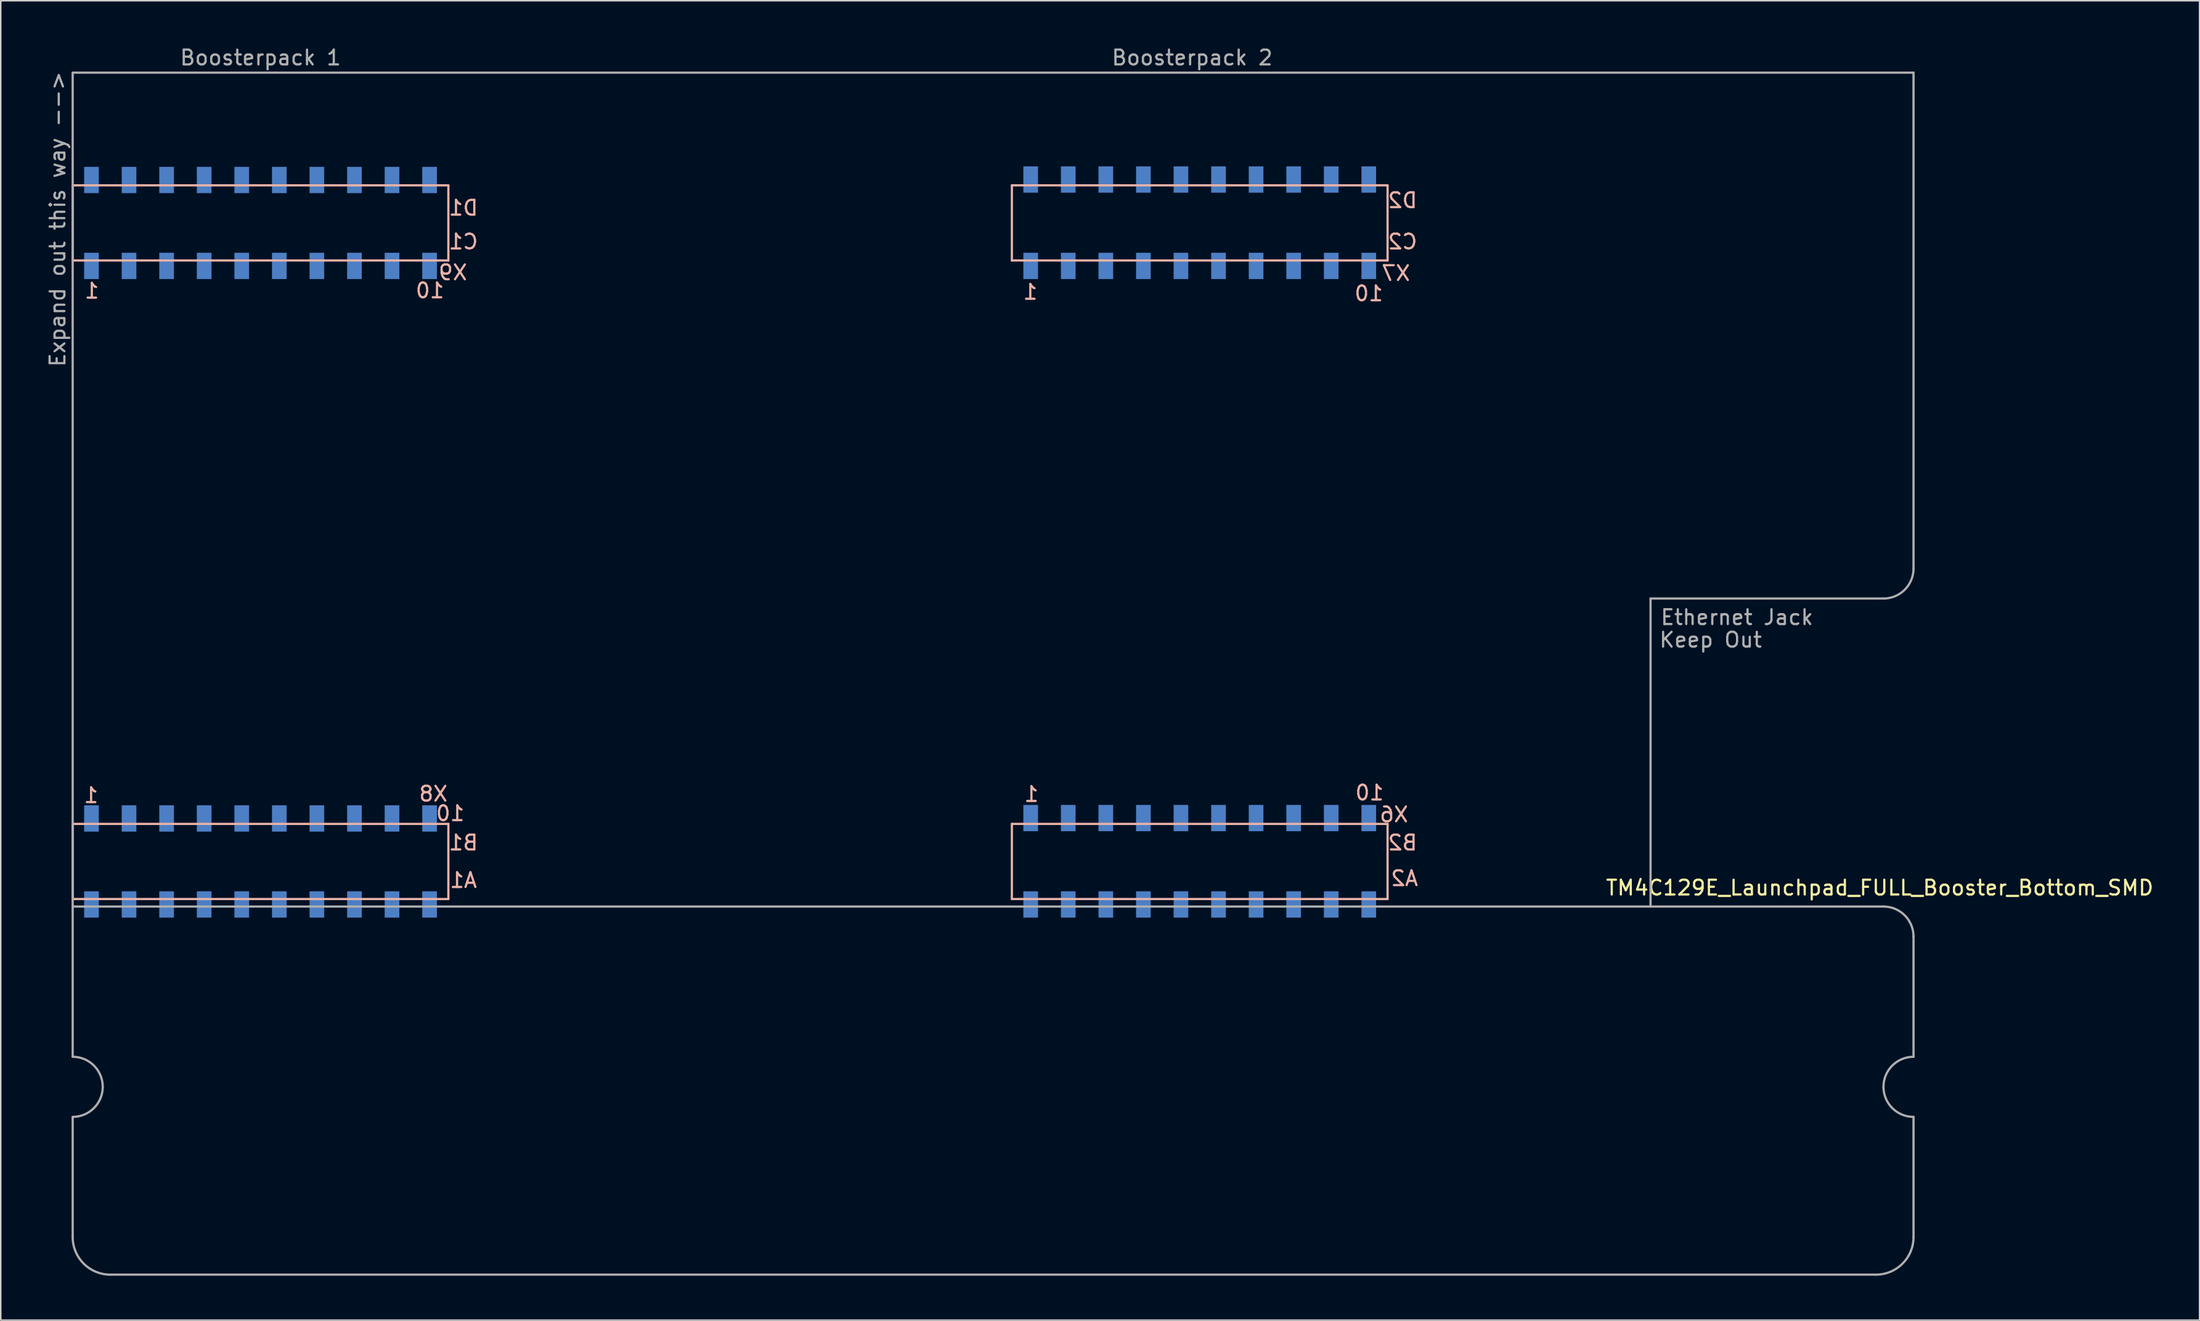
<source format=kicad_pcb>
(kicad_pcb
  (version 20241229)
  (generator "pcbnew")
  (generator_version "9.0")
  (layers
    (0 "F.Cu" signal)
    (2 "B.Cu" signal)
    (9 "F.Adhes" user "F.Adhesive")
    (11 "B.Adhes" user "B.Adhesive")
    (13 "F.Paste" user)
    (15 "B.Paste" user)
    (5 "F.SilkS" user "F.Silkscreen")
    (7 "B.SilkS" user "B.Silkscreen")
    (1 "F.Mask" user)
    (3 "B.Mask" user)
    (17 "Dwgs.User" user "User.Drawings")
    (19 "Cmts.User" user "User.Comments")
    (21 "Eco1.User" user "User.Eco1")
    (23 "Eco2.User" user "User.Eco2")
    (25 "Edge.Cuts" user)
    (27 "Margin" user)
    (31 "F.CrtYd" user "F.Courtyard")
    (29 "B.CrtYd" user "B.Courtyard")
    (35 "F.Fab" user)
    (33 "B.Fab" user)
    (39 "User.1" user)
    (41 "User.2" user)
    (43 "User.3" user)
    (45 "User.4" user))
  (footprint "TM4C129E_Launchpad_FULL_Booster_Bottom_SMD"
    (layer "F.Cu")
    (at 65.364 58.252)
    (property "Reference" "TM4C129E_Launchpad_FULL_Booster_Bottom_SMD" (at 58.674 -1.27 180) (layer "F.SilkS") (effects (font (size 1 1) (thickness 0.15))))
    (attr through_hole)
    (fp_line (start -63.5 -48.768) (end -63.5 -43.688) (stroke (width 0.15) (type solid)) (layer "B.SilkS"))
    (fp_line (start -63.5 -43.688) (end -38.1 -43.688) (stroke (width 0.15) (type solid)) (layer "B.SilkS"))
    (fp_line (start -63.5 -5.588) (end -63.5 -0.508) (stroke (width 0.15) (type solid)) (layer "B.SilkS"))
    (fp_line (start -63.5 -0.508) (end -38.1 -0.508) (stroke (width 0.15) (type solid)) (layer "B.SilkS"))
    (fp_line (start -38.1 -48.768) (end -63.5 -48.768) (stroke (width 0.15) (type solid)) (layer "B.SilkS"))
    (fp_line (start -38.1 -43.688) (end -38.1 -48.768) (stroke (width 0.15) (type solid)) (layer "B.SilkS"))
    (fp_line (start -38.1 -5.588) (end -63.5 -5.588) (stroke (width 0.15) (type solid)) (layer "B.SilkS"))
    (fp_line (start -38.1 -0.508) (end -38.1 -5.588) (stroke (width 0.15) (type solid)) (layer "B.SilkS"))
    (fp_line (start 0 -48.768) (end 0 -43.688) (stroke (width 0.15) (type solid)) (layer "B.SilkS"))
    (fp_line (start 0 -43.688) (end 25.4 -43.688) (stroke (width 0.15) (type solid)) (layer "B.SilkS"))
    (fp_line (start 0 -5.588) (end 0 -0.508) (stroke (width 0.15) (type solid)) (layer "B.SilkS"))
    (fp_line (start 0 -0.508) (end 25.4 -0.508) (stroke (width 0.15) (type solid)) (layer "B.SilkS"))
    (fp_line (start 25.4 -48.768) (end 0 -48.768) (stroke (width 0.15) (type solid)) (layer "B.SilkS"))
    (fp_line (start 25.4 -43.688) (end 25.4 -48.768) (stroke (width 0.15) (type solid)) (layer "B.SilkS"))
    (fp_line (start 25.4 -5.588) (end 0 -5.588) (stroke (width 0.15) (type solid)) (layer "B.SilkS"))
    (fp_line (start 25.4 -0.508) (end 25.4 -5.588) (stroke (width 0.15) (type solid)) (layer "B.SilkS"))
    (fp_line (start -63.5 -56.388) (end -63.5 0) (stroke (width 0.15) (type solid)) (layer "F.Fab"))
    (fp_line (start -63.5 -56.388) (end 60.96 -56.388) (stroke (width 0.15) (type solid)) (layer "F.Fab"))
    (fp_line (start -63.5 0) (end 58.928 0) (stroke (width 0.15) (type solid)) (layer "F.Fab"))
    (fp_line (start -63.5 10.16) (end -63.5 0) (stroke (width 0.15) (type solid)) (layer "F.Fab"))
    (fp_line (start -63.5 22.352) (end -63.5 14.224) (stroke (width 0.15) (type solid)) (layer "F.Fab"))
    (fp_line (start -60.96 24.892) (end 58.42 24.892) (stroke (width 0.15) (type solid)) (layer "F.Fab"))
    (fp_line (start 43.18 -20.828) (end 43.18 0) (stroke (width 0.15) (type solid)) (layer "F.Fab"))
    (fp_line (start 58.928 -20.828) (end 43.18 -20.828) (stroke (width 0.15) (type solid)) (layer "F.Fab"))
    (fp_line (start 60.96 -56.388) (end 60.96 -22.86) (stroke (width 0.15) (type solid)) (layer "F.Fab"))
    (fp_line (start 60.96 10.16) (end 60.96 2.032) (stroke (width 0.15) (type solid)) (layer "F.Fab"))
    (fp_line (start 60.96 14.224) (end 60.96 22.352) (stroke (width 0.15) (type solid)) (layer "F.Fab"))
    (fp_arc (start -63.5 10.16) (mid -62.063159 10.755159) (end -61.468 12.192) (stroke (width 0.15) (type solid)) (layer "F.Fab"))
    (fp_arc (start -61.468 12.192) (mid -62.063159 13.628841) (end -63.5 14.224) (stroke (width 0.15) (type solid)) (layer "F.Fab"))
    (fp_arc (start -60.96 24.892) (mid -62.756051 24.148051) (end -63.5 22.352) (stroke (width 0.15) (type solid)) (layer "F.Fab"))
    (fp_arc (start 58.928 0) (mid 60.364841 0.595159) (end 60.96 2.032) (stroke (width 0.15) (type solid)) (layer "F.Fab"))
    (fp_arc (start 58.928 12.192) (mid 59.523159 10.755159) (end 60.96 10.16) (stroke (width 0.15) (type solid)) (layer "F.Fab"))
    (fp_arc (start 60.96 -22.86) (mid 60.364841 -21.423159) (end 58.928 -20.828) (stroke (width 0.15) (type solid)) (layer "F.Fab"))
    (fp_arc (start 60.96 14.224) (mid 59.523159 13.628841) (end 58.928 12.192) (stroke (width 0.15) (type solid)) (layer "F.Fab"))
    (fp_arc (start 60.96 22.352) (mid 60.216051 24.148051) (end 58.42 24.892) (stroke (width 0.15) (type solid)) (layer "F.Fab"))
    (fp_text user "1" (at 1.245 -41.554 0) (layer "B.SilkS") (effects (font (size 1 1) (thickness 0.15)) (justify mirror)))
    (fp_text user "1" (at 1.321 -7.595 0) (layer "B.SilkS") (effects (font (size 1 1) (thickness 0.15)) (justify mirror)))
    (fp_text user "C1" (at -37.084 -44.958 0) (layer "B.SilkS") (effects (font (size 1 1) (thickness 0.15)) (justify mirror)))
    (fp_text user "D2" (at 26.416 -47.752 0) (layer "B.SilkS") (effects (font (size 1 1) (thickness 0.15)) (justify mirror)))
    (fp_text user "1" (at -62.255 -7.518 0) (layer "B.SilkS") (effects (font (size 1 1) (thickness 0.15)) (justify mirror)))
    (fp_text user "D1" (at -37.084 -47.244 0) (layer "B.SilkS") (effects (font (size 1 1) (thickness 0.15)) (justify mirror)))
    (fp_text user "X6" (at 25.832 -6.223 0) (layer "B.SilkS") (effects (font (size 1 1) (thickness 0.15)) (justify mirror)))
    (fp_text user "10" (at 24.181 -7.696 0) (layer "B.SilkS") (effects (font (size 1 1) (thickness 0.15)) (justify mirror)))
    (fp_text user "X7" (at 25.959 -42.824 0) (layer "B.SilkS") (effects (font (size 1 1) (thickness 0.15)) (justify mirror)))
    (fp_text user "B2" (at 26.416 -4.318 0) (layer "B.SilkS") (effects (font (size 1 1) (thickness 0.15)) (justify mirror)))
    (fp_text user "10" (at -39.345 -41.656 0) (layer "B.SilkS") (effects (font (size 1 1) (thickness 0.15)) (justify mirror)))
    (fp_text user "X9" (at -37.795 -42.875 0) (layer "B.SilkS") (effects (font (size 1 1) (thickness 0.15)) (justify mirror)))
    (fp_text user "1" (at -62.205 -41.631 0) (layer "B.SilkS") (effects (font (size 1 1) (thickness 0.15)) (justify mirror)))
    (fp_text user "X8" (at -39.116 -7.62 0) (layer "B.SilkS") (effects (font (size 1 1) (thickness 0.15)) (justify mirror)))
    (fp_text user "B1" (at -37.084 -4.318 0) (layer "B.SilkS") (effects (font (size 1 1) (thickness 0.15)) (justify mirror)))
    (fp_text user "C2" (at 26.416 -44.958 0) (layer "B.SilkS") (effects (font (size 1 1) (thickness 0.15)) (justify mirror)))
    (fp_text user "A1" (at -37.084 -1.778 0) (layer "B.SilkS") (effects (font (size 1 1) (thickness 0.15)) (justify mirror)))
    (fp_text user "10" (at -37.973 -6.299 0) (layer "B.SilkS") (effects (font (size 1 1) (thickness 0.15)) (justify mirror)))
    (fp_text user "10" (at 24.13 -41.453 0) (layer "B.SilkS") (effects (font (size 1 1) (thickness 0.15)) (justify mirror)))
    (fp_text user "A2" (at 26.543 -1.905 0) (layer "B.SilkS") (effects (font (size 1 1) (thickness 0.15)) (justify mirror)))
    (fp_text user "Expand out this way -->" (at -64.516 -46.482 90) (layer "F.Fab") (effects (font (size 1 1) (thickness 0.15))))
    (fp_text user "Keep Out" (at 47.244 -18.034 0) (layer "F.Fab") (effects (font (size 1 1) (thickness 0.15))))
    (fp_text user "Boosterpack 1" (at -50.8 -57.404 0) (layer "F.Fab") (effects (font (size 1 1) (thickness 0.15))))
    (fp_text user "Boosterpack 2" (at 12.192 -57.404 0) (layer "F.Fab") (effects (font (size 1 1) (thickness 0.15))))
    (fp_text user "Ethernet Jack" (at 49.022 -19.558 0) (layer "F.Fab") (effects (font (size 1 1) (thickness 0.15))))
    (pad "+3V3" smd rect (at -62.23 -0.14) (size 0.991 1.778) (layers "B.Cu" "B.Mask" "B.Paste"))
    (pad "+3V3" smd rect (at 1.27 -0.14) (size 0.991 1.778) (layers "B.Cu" "B.Mask" "B.Paste"))
    (pad "+5V" smd rect (at -62.23 -5.956) (size 0.991 1.778) (layers "B.Cu" "B.Mask" "B.Paste"))
    (pad "+5V" smd rect (at 1.27 -5.982) (size 0.991 1.778) (layers "B.Cu" "B.Mask" "B.Paste"))
    (pad "GND" smd rect (at -62.23 -49.131) (size 0.991 1.778) (layers "B.Cu" "B.Mask" "B.Paste"))
    (pad "GND" smd rect (at -59.69 -5.956) (size 0.991 1.778) (layers "B.Cu" "B.Mask" "B.Paste"))
    (pad "GND" smd rect (at 1.27 -49.162) (size 0.991 1.778) (layers "B.Cu" "B.Mask" "B.Paste"))
    (pad "GND" smd rect (at 3.81 -5.982) (size 0.991 1.778) (layers "B.Cu" "B.Mask" "B.Paste"))
    (pad "PA4" smd rect (at 21.59 -5.982) (size 0.991 1.778) (layers "B.Cu" "B.Mask" "B.Paste"))
    (pad "PA5" smd rect (at 24.13 -5.982) (size 0.991 1.778) (layers "B.Cu" "B.Mask" "B.Paste"))
    (pad "PA6" smd rect (at -44.45 -5.956) (size 0.991 1.778) (layers "B.Cu" "B.Mask" "B.Paste"))
    (pad "PA7" smd rect (at 8.89 -49.162) (size 0.991 1.778) (layers "B.Cu" "B.Mask" "B.Paste"))
    (pad "PB2" smd rect (at -41.91 -0.14) (size 0.991 1.778) (layers "B.Cu" "B.Mask" "B.Paste"))
    (pad "PB3" smd rect (at -39.37 -0.14) (size 0.991 1.778) (layers "B.Cu" "B.Mask" "B.Paste"))
    (pad "PB4" smd rect (at 6.35 -5.982) (size 0.991 1.778) (layers "B.Cu" "B.Mask" "B.Paste"))
    (pad "PB5" smd rect (at 8.89 -5.982) (size 0.991 1.778) (layers "B.Cu" "B.Mask" "B.Paste"))
    (pad "PC4" smd rect (at -57.15 -0.14) (size 0.991 1.778) (layers "B.Cu" "B.Mask" "B.Paste"))
    (pad "PC5" smd rect (at -54.61 -0.14) (size 0.991 1.778) (layers "B.Cu" "B.Mask" "B.Paste"))
    (pad "PC6" smd rect (at -52.07 -0.14) (size 0.991 1.778) (layers "B.Cu" "B.Mask" "B.Paste"))
    (pad "PC7" smd rect (at -44.45 -0.14) (size 0.991 1.778) (layers "B.Cu" "B.Mask" "B.Paste"))
    (pad "PD0" smd rect (at -46.99 -49.131) (size 0.991 1.778) (layers "B.Cu" "B.Mask" "B.Paste"))
    (pad "PD1" smd rect (at -49.53 -49.131) (size 0.991 1.778) (layers "B.Cu" "B.Mask" "B.Paste"))
    (pad "PD2" smd rect (at 3.81 -0.14) (size 0.991 1.778) (layers "B.Cu" "B.Mask" "B.Paste"))
    (pad "PD3" smd rect (at -46.99 -0.14) (size 0.991 1.778) (layers "B.Cu" "B.Mask" "B.Paste"))
    (pad "PD4" smd rect (at 11.43 -0.14) (size 0.991 1.778) (layers "B.Cu" "B.Mask" "B.Paste"))
    (pad "PD5" smd rect (at 13.97 -0.14) (size 0.991 1.778) (layers "B.Cu" "B.Mask" "B.Paste"))
    (pad "PD7" smd rect (at -46.99 -5.956) (size 0.991 1.778) (layers "B.Cu" "B.Mask" "B.Paste"))
    (pad "PE0" smd rect (at -57.15 -5.956) (size 0.991 1.778) (layers "B.Cu" "B.Mask" "B.Paste"))
    (pad "PE1" smd rect (at -54.61 -5.956) (size 0.991 1.778) (layers "B.Cu" "B.Mask" "B.Paste"))
    (pad "PE2" smd rect (at -52.07 -5.956) (size 0.991 1.778) (layers "B.Cu" "B.Mask" "B.Paste"))
    (pad "PE3" smd rect (at -49.53 -5.956) (size 0.991 1.778) (layers "B.Cu" "B.Mask" "B.Paste"))
    (pad "PE4" smd rect (at -59.69 -0.14) (size 0.991 1.778) (layers "B.Cu" "B.Mask" "B.Paste"))
    (pad "PE5" smd rect (at -49.53 -0.14) (size 0.991 1.778) (layers "B.Cu" "B.Mask" "B.Paste"))
    (pad "PF1" smd rect (at -62.23 -43.32) (size 0.991 1.778) (layers "B.Cu" "B.Mask" "B.Paste"))
    (pad "PF2" smd rect (at -59.69 -43.32) (size 0.991 1.778) (layers "B.Cu" "B.Mask" "B.Paste"))
    (pad "PF3" smd rect (at -57.15 -43.32) (size 0.991 1.778) (layers "B.Cu" "B.Mask" "B.Paste"))
    (pad "PG0" smd rect (at -54.61 -43.32) (size 0.991 1.778) (layers "B.Cu" "B.Mask" "B.Paste"))
    (pad "PG1" smd rect (at 1.27 -43.32) (size 0.991 1.778) (layers "B.Cu" "B.Mask" "B.Paste"))
    (pad "PH0" smd rect (at 16.51 -43.32) (size 0.991 1.778) (layers "B.Cu" "B.Mask" "B.Paste"))
    (pad "PH1" smd rect (at 19.05 -43.32) (size 0.991 1.778) (layers "B.Cu" "B.Mask" "B.Paste"))
    (pad "PH2" smd rect (at -57.15 -49.131) (size 0.991 1.778) (layers "B.Cu" "B.Mask" "B.Paste"))
    (pad "PH3" smd rect (at -54.61 -49.131) (size 0.991 1.778) (layers "B.Cu" "B.Mask" "B.Paste"))
    (pad "PK0" smd rect (at 11.43 -5.982) (size 0.991 1.778) (layers "B.Cu" "B.Mask" "B.Paste"))
    (pad "PK1" smd rect (at 13.97 -5.982) (size 0.991 1.778) (layers "B.Cu" "B.Mask" "B.Paste"))
    (pad "PK2" smd rect (at 16.51 -5.982) (size 0.991 1.778) (layers "B.Cu" "B.Mask" "B.Paste"))
    (pad "PK3" smd rect (at 19.05 -5.982) (size 0.991 1.778) (layers "B.Cu" "B.Mask" "B.Paste"))
    (pad "PK4" smd rect (at 3.81 -43.32) (size 0.991 1.778) (layers "B.Cu" "B.Mask" "B.Paste"))
    (pad "PK5" smd rect (at 6.35 -43.32) (size 0.991 1.778) (layers "B.Cu" "B.Mask" "B.Paste"))
    (pad "PK6" smd rect (at 21.59 -43.32) (size 0.991 1.778) (layers "B.Cu" "B.Mask" "B.Paste"))
    (pad "PK7" smd rect (at 24.13 -43.32) (size 0.991 1.778) (layers "B.Cu" "B.Mask" "B.Paste"))
    (pad "PL0" smd rect (at -46.99 -43.32) (size 0.991 1.778) (layers "B.Cu" "B.Mask" "B.Paste"))
    (pad "PL1" smd rect (at -44.45 -43.32) (size 0.991 1.778) (layers "B.Cu" "B.Mask" "B.Paste"))
    (pad "PL2" smd rect (at -41.91 -43.32) (size 0.991 1.778) (layers "B.Cu" "B.Mask" "B.Paste"))
    (pad "PL3" smd rect (at -39.37 -43.32) (size 0.991 1.778) (layers "B.Cu" "B.Mask" "B.Paste"))
    (pad "PL4" smd rect (at -52.07 -43.32) (size 0.991 1.778) (layers "B.Cu" "B.Mask" "B.Paste"))
    (pad "PL5" smd rect (at -49.53 -43.32) (size 0.991 1.778) (layers "B.Cu" "B.Mask" "B.Paste"))
    (pad "PM0" smd rect (at 8.89 -43.32) (size 0.991 1.778) (layers "B.Cu" "B.Mask" "B.Paste"))
    (pad "PM1" smd rect (at 11.43 -43.32) (size 0.991 1.778) (layers "B.Cu" "B.Mask" "B.Paste"))
    (pad "PM2" smd rect (at 13.97 -43.32) (size 0.991 1.778) (layers "B.Cu" "B.Mask" "B.Paste"))
    (pad "PM3" smd rect (at -59.69 -49.131) (size 0.991 1.778) (layers "B.Cu" "B.Mask" "B.Paste"))
    (pad "PM4" smd rect (at -41.91 -5.956) (size 0.991 1.778) (layers "B.Cu" "B.Mask" "B.Paste"))
    (pad "PM5" smd rect (at -39.37 -5.956) (size 0.991 1.778) (layers "B.Cu" "B.Mask" "B.Paste"))
    (pad "PM6" smd rect (at 24.13 -49.162) (size 0.991 1.778) (layers "B.Cu" "B.Mask" "B.Paste"))
    (pad "PM7" smd rect (at 3.81 -49.162) (size 0.991 1.778) (layers "B.Cu" "B.Mask" "B.Paste"))
    (pad "PN2" smd rect (at -44.45 -49.131) (size 0.991 1.778) (layers "B.Cu" "B.Mask" "B.Paste"))
    (pad "PN3" smd rect (at -41.91 -49.131) (size 0.991 1.778) (layers "B.Cu" "B.Mask" "B.Paste"))
    (pad "PN4" smd rect (at 24.13 -0.14) (size 0.991 1.778) (layers "B.Cu" "B.Mask" "B.Paste"))
    (pad "PN5" smd rect (at 21.59 -0.14) (size 0.991 1.778) (layers "B.Cu" "B.Mask" "B.Paste"))
    (pad "PP0" smd rect (at 6.35 -0.14) (size 0.991 1.778) (layers "B.Cu" "B.Mask" "B.Paste"))
    (pad "PP1" smd rect (at 8.89 -0.14) (size 0.991 1.778) (layers "B.Cu" "B.Mask" "B.Paste"))
    (pad "PP2" smd rect (at -39.37 -49.131) (size 0.991 1.778) (layers "B.Cu" "B.Mask" "B.Paste"))
    (pad "PP3" smd rect (at 19.05 -49.162) (size 0.991 1.778) (layers "B.Cu" "B.Mask" "B.Paste"))
    (pad "PP4" smd rect (at 19.05 -0.14) (size 0.991 1.778) (layers "B.Cu" "B.Mask" "B.Paste"))
    (pad "PP5" smd rect (at 6.35 -49.162) (size 0.991 1.778) (layers "B.Cu" "B.Mask" "B.Paste"))
    (pad "PQ0" smd rect (at 16.51 -0.14) (size 0.991 1.778) (layers "B.Cu" "B.Mask" "B.Paste"))
    (pad "PQ1" smd rect (at 21.59 -49.162) (size 0.991 1.778) (layers "B.Cu" "B.Mask" "B.Paste"))
    (pad "PQ2" smd rect (at 13.97 -49.162) (size 0.991 1.778) (layers "B.Cu" "B.Mask" "B.Paste"))
    (pad "PQ3" smd rect (at 16.51 -49.162) (size 0.991 1.778) (layers "B.Cu" "B.Mask" "B.Paste"))
    (pad "Rese" smd rect (at -52.07 -49.131) (size 0.991 1.778) (layers "B.Cu" "B.Mask" "B.Paste"))
    (pad "Rese" smd rect (at 11.43 -49.162) (size 0.991 1.778) (layers "B.Cu" "B.Mask" "B.Paste")))
  (gr_rect
    (start -3 -3)
    (end 145.663 86.219)
    (stroke (width 0.1) (type default))
    (fill no)
    (layer "Edge.Cuts")))
</source>
